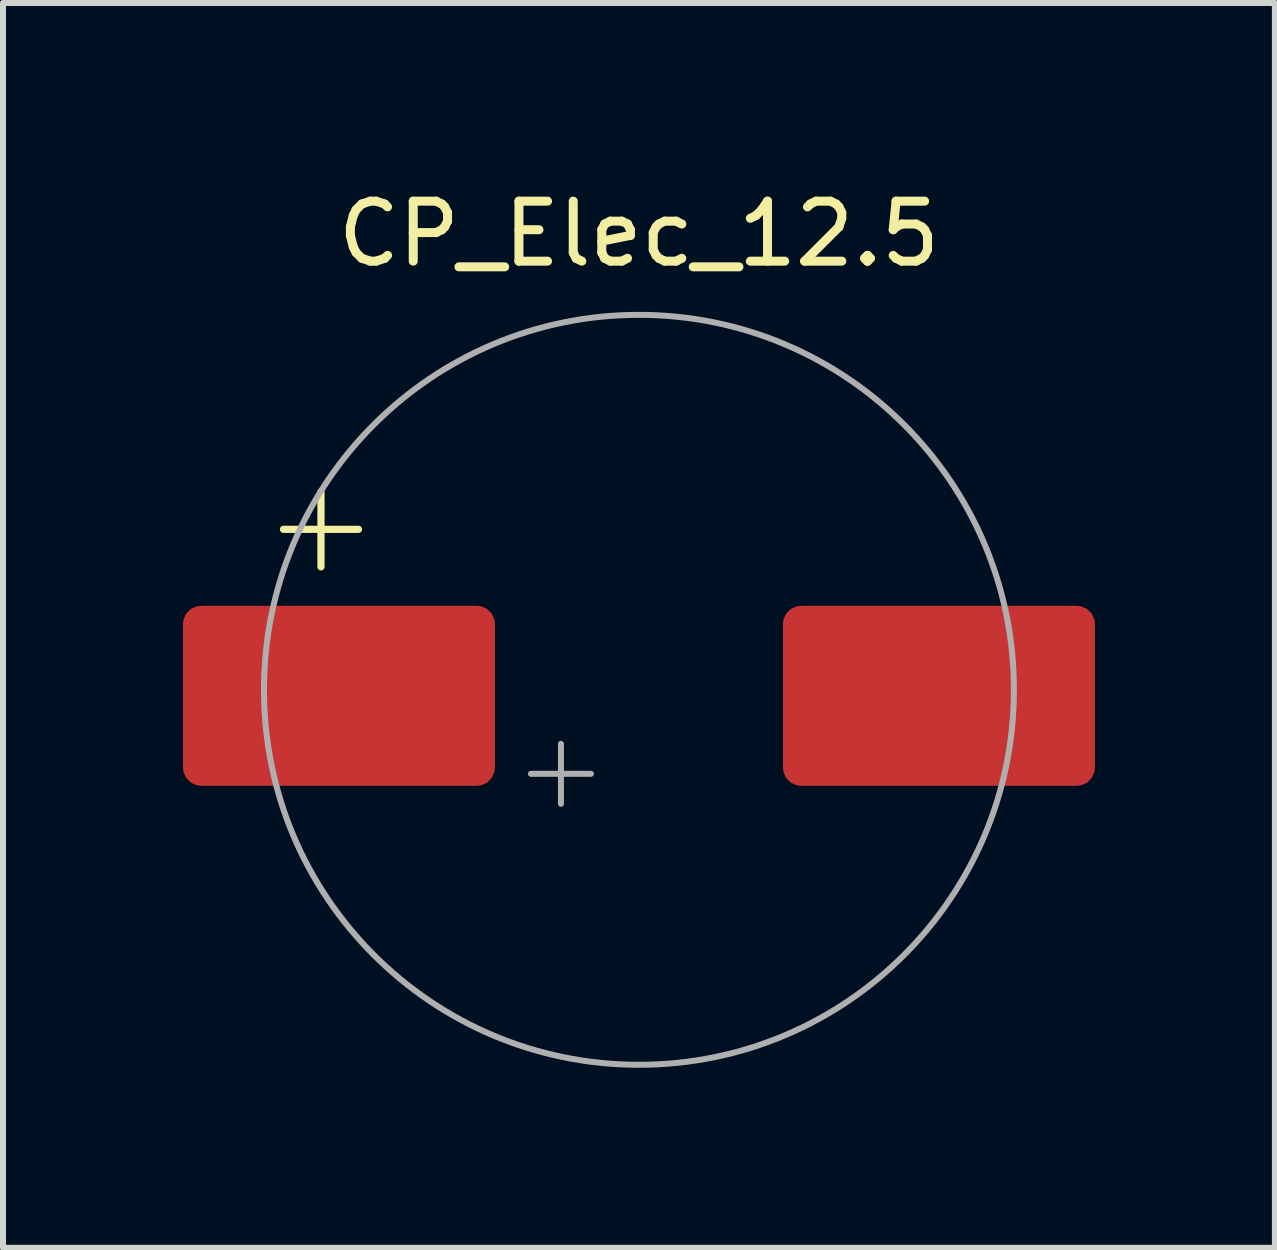
<source format=kicad_pcb>
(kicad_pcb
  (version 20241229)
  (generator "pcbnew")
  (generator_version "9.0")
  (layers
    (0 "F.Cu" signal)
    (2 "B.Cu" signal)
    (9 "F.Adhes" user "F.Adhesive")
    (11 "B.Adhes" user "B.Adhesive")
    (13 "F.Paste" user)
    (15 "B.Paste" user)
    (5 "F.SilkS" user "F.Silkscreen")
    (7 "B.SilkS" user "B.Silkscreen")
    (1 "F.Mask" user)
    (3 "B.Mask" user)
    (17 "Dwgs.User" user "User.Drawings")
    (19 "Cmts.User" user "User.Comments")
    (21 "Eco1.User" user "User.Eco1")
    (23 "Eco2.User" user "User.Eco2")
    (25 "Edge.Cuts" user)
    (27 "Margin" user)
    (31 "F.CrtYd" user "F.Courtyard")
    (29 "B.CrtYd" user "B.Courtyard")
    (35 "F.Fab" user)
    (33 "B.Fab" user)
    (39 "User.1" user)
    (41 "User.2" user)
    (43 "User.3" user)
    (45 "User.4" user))
  (footprint "CP_Elec_12.5"
    (layer "F.Cu")
    (at 7.6 8.448)
    (property "Reference" "CP_Elec_12.5" (at 0 -7.6 0) (layer "F.SilkS") (effects (font (size 1 1) (thickness 0.15))))
    (attr smd)
    (fp_line (start -5.925 -2.675) (end -4.675 -2.675) (stroke (width 0.12) (type solid)) (layer "F.SilkS"))
    (fp_line (start -5.3 -3.3) (end -5.3 -2.05) (stroke (width 0.12) (type solid)) (layer "F.SilkS"))
    (fp_line (start -1.8 1.4) (end -0.8 1.4) (stroke (width 0.1) (type solid)) (layer "F.Fab"))
    (fp_line (start -1.3 0.9) (end -1.3 1.9) (stroke (width 0.1) (type solid)) (layer "F.Fab"))
    (fp_circle (center 0 0) (end 6.25 0) (stroke (width 0.1) (type solid)) (fill no) (layer "F.Fab"))
    (pad "1" smd roundrect (at -5 0.1) (size 5.2 3) (layers "F.Cu" "F.Mask" "F.Paste") (roundrect_rratio 0.1))
    (pad "2" smd roundrect (at 5 0.1) (size 5.2 3) (layers "F.Cu" "F.Mask" "F.Paste") (roundrect_rratio 0.1)))
  (gr_rect
    (start -3 -3)
    (end 18.2 17.748)
    (stroke (width 0.1) (type default))
    (fill no)
    (layer "Edge.Cuts")))
</source>
